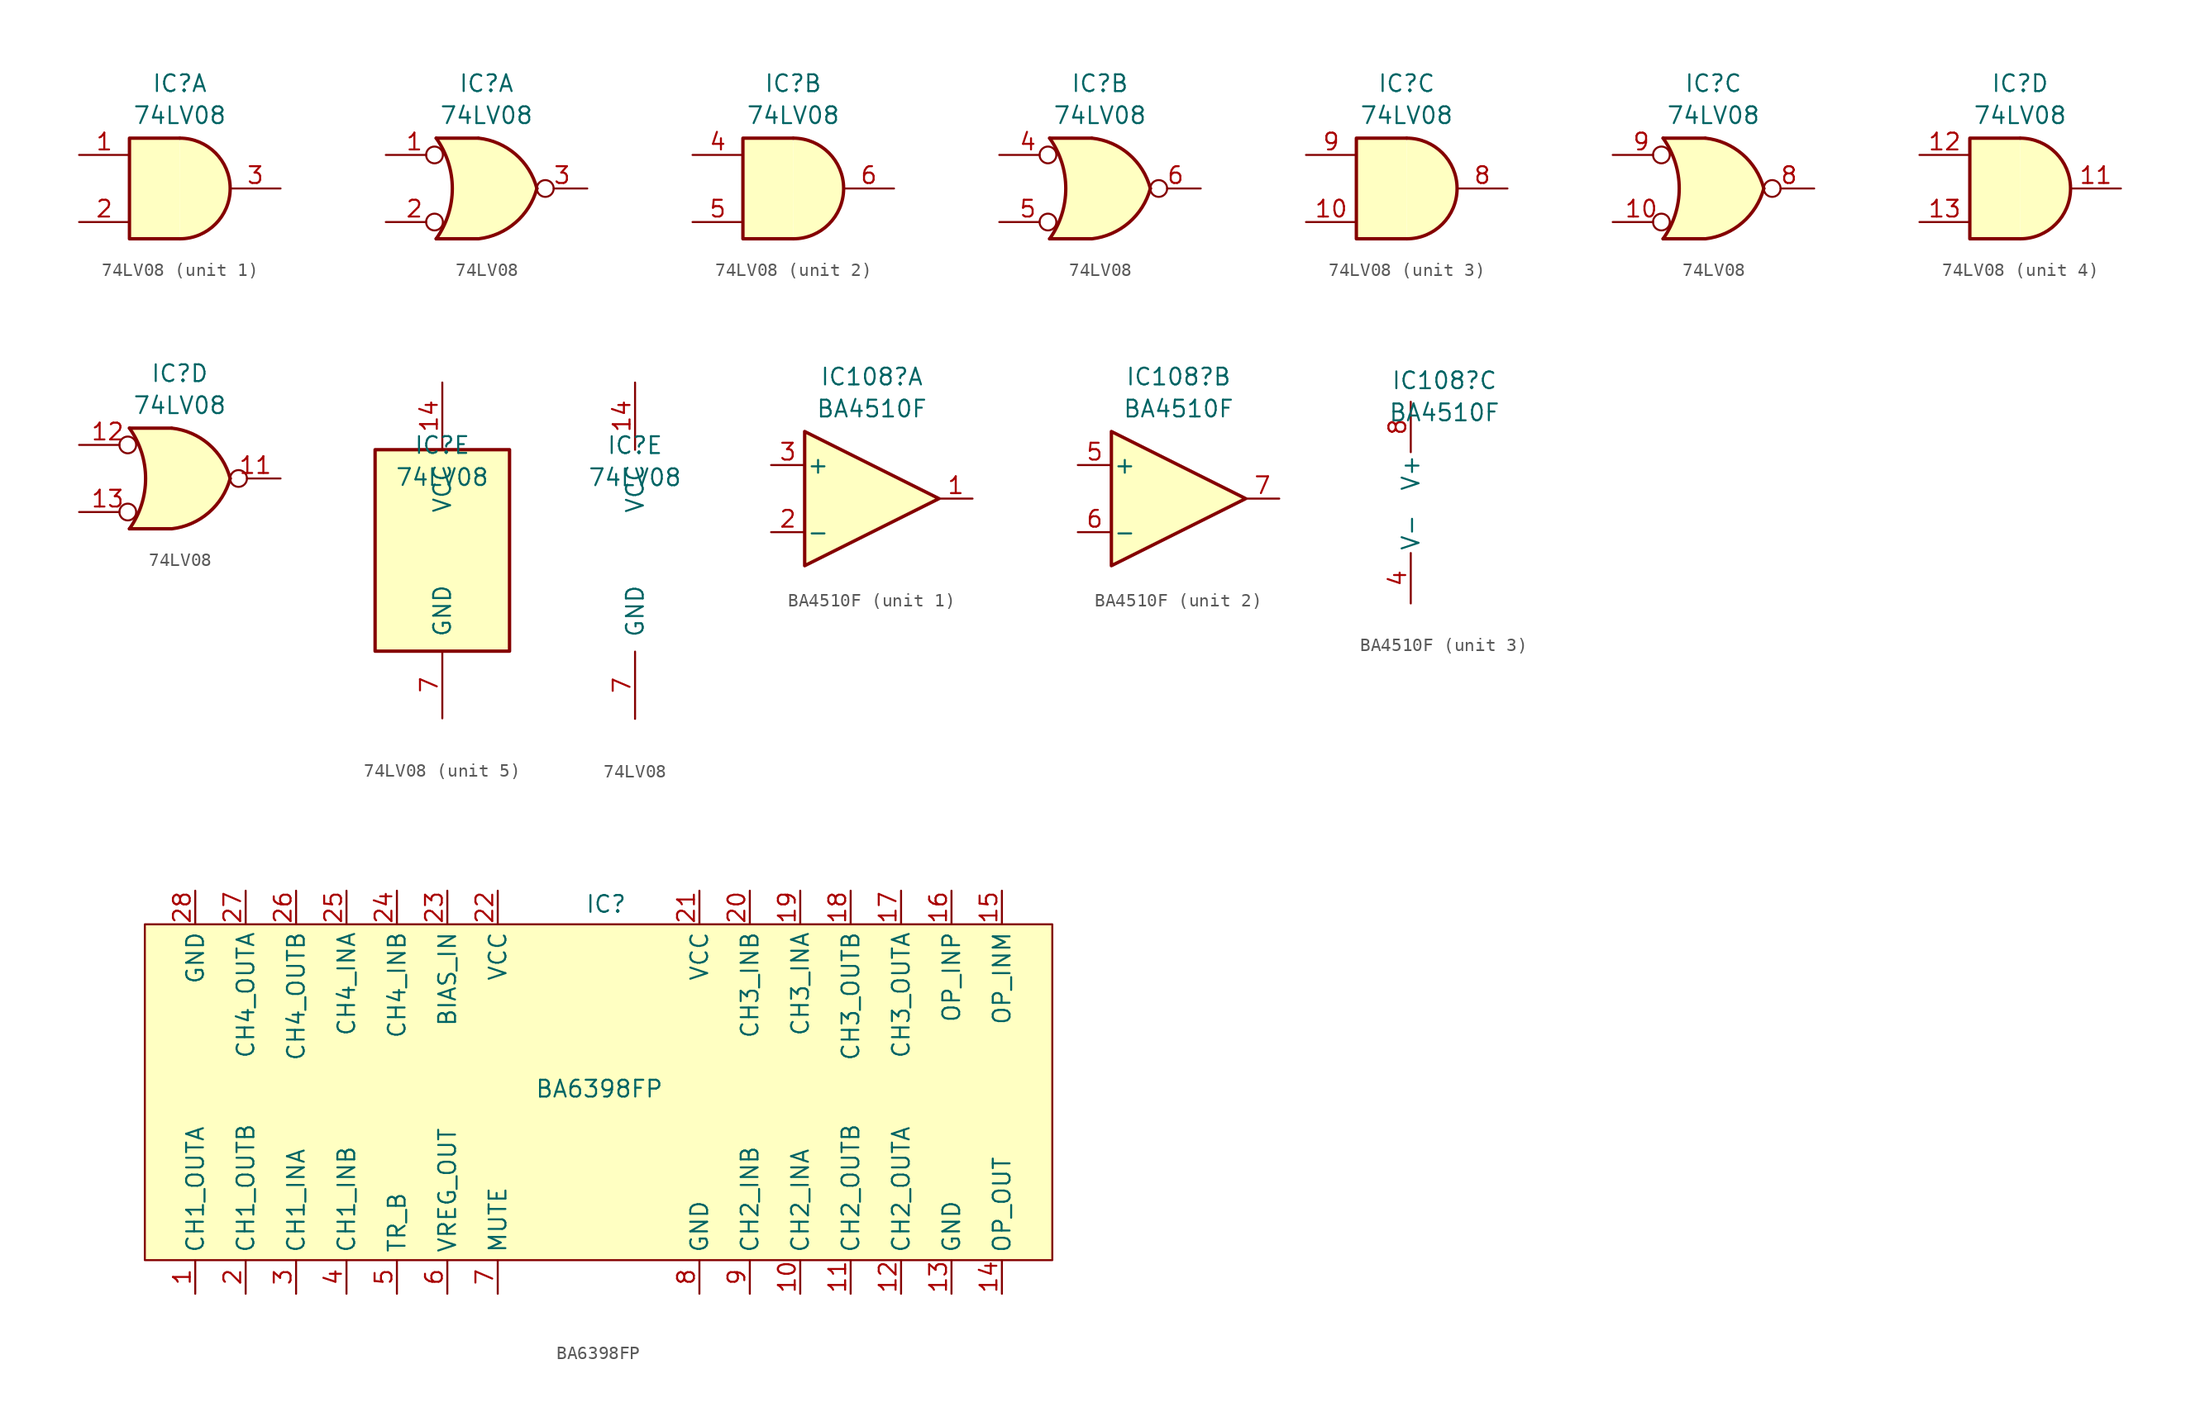
<source format=kicad_sym>
(kicad_symbol_lib
  (version 20231120)
  (generator "kicad_symbol_editor")
  (generator_version "8.0")
  (symbol "74LV08"
    (pin_names
      (offset 1.016))
    (property "Reference" "IC"
      (at -0.008 7.955 0)
      (effects (font (size 1.27 1.27))))
    (property "Value" "74LV08"
      (at -0.008 5.53 0)
      (effects (font (size 1.27 1.27))))
    (property "ki_locked" ""
      (at 0 0 0)
      (effects (font (size 1.27 1.27))))
    (symbol "74LV08_1_1"
      (arc (start 0 -3.81) (mid 3.7934 0) (end 0 3.81) (stroke (width 0.254) (type default)) (fill (type background)))
      (polyline (pts (xy 0 3.81) (xy -3.81 3.81) (xy -3.81 -3.81) (xy 0 -3.81)) (stroke (width 0.254) (type default)) (fill (type background)))
      (pin input line (at -7.62 2.54 0) (length 3.81) (name "~" (effects (font (size 1.27 1.27)))) (number "1" (effects (font (size 1.27 1.27)))))
      (pin input line (at -7.62 -2.54 0) (length 3.81) (name "~" (effects (font (size 1.27 1.27)))) (number "2" (effects (font (size 1.27 1.27)))))
      (pin output line (at 7.62 0 180) (length 3.81) (name "~" (effects (font (size 1.27 1.27)))) (number "3" (effects (font (size 1.27 1.27))))))
    (symbol "74LV08_1_2"
      (arc (start -3.81 -3.81) (mid -2.589 0) (end -3.81 3.81) (stroke (width 0.254) (type default)) (fill (type none)))
      (arc (start -0.6096 -3.81) (mid 2.1842 -2.5851) (end 3.81 0) (stroke (width 0.254) (type default)) (fill (type background)))
      (polyline (pts (xy -3.81 -3.81) (xy -0.635 -3.81)) (stroke (width 0.254) (type default)) (fill (type background)))
      (polyline (pts (xy -3.81 3.81) (xy -0.635 3.81)) (stroke (width 0.254) (type default)) (fill (type background)))
      (polyline (pts (xy -0.635 3.81) (xy -3.81 3.81) (xy -3.81 3.81) (xy -3.556 3.404) (xy -3.023 2.261) (xy -2.692 1.041) (xy -2.616 -0.254) (xy -2.769 -1.499) (xy -3.175 -2.718) (xy -3.81 -3.81) (xy -3.81 -3.81) (xy -0.635 -3.81)) (stroke (width -25.4) (type default)) (fill (type background)))
      (arc (start 3.81 0) (mid 2.1915 2.5936) (end -0.6096 3.81) (stroke (width 0.254) (type default)) (fill (type background)))
      (pin input inverted (at -7.62 2.54 0) (length 4.318) (name "~" (effects (font (size 1.27 1.27)))) (number "1" (effects (font (size 1.27 1.27)))))
      (pin input inverted (at -7.62 -2.54 0) (length 4.318) (name "~" (effects (font (size 1.27 1.27)))) (number "2" (effects (font (size 1.27 1.27)))))
      (pin output inverted (at 7.62 0 180) (length 3.81) (name "~" (effects (font (size 1.27 1.27)))) (number "3" (effects (font (size 1.27 1.27))))))
    (symbol "74LV08_2_1"
      (arc (start 0 -3.81) (mid 3.7934 0) (end 0 3.81) (stroke (width 0.254) (type default)) (fill (type background)))
      (polyline (pts (xy 0 3.81) (xy -3.81 3.81) (xy -3.81 -3.81) (xy 0 -3.81)) (stroke (width 0.254) (type default)) (fill (type background)))
      (pin input line (at -7.62 2.54 0) (length 3.81) (name "~" (effects (font (size 1.27 1.27)))) (number "4" (effects (font (size 1.27 1.27)))))
      (pin input line (at -7.62 -2.54 0) (length 3.81) (name "~" (effects (font (size 1.27 1.27)))) (number "5" (effects (font (size 1.27 1.27)))))
      (pin output line (at 7.62 0 180) (length 3.81) (name "~" (effects (font (size 1.27 1.27)))) (number "6" (effects (font (size 1.27 1.27))))))
    (symbol "74LV08_2_2"
      (arc (start -3.81 -3.81) (mid -2.589 0) (end -3.81 3.81) (stroke (width 0.254) (type default)) (fill (type none)))
      (arc (start -0.6096 -3.81) (mid 2.1842 -2.5851) (end 3.81 0) (stroke (width 0.254) (type default)) (fill (type background)))
      (polyline (pts (xy -3.81 -3.81) (xy -0.635 -3.81)) (stroke (width 0.254) (type default)) (fill (type background)))
      (polyline (pts (xy -3.81 3.81) (xy -0.635 3.81)) (stroke (width 0.254) (type default)) (fill (type background)))
      (polyline (pts (xy -0.635 3.81) (xy -3.81 3.81) (xy -3.81 3.81) (xy -3.556 3.404) (xy -3.023 2.261) (xy -2.692 1.041) (xy -2.616 -0.254) (xy -2.769 -1.499) (xy -3.175 -2.718) (xy -3.81 -3.81) (xy -3.81 -3.81) (xy -0.635 -3.81)) (stroke (width -25.4) (type default)) (fill (type background)))
      (arc (start 3.81 0) (mid 2.1915 2.5936) (end -0.6096 3.81) (stroke (width 0.254) (type default)) (fill (type background)))
      (pin input inverted (at -7.62 2.54 0) (length 4.318) (name "~" (effects (font (size 1.27 1.27)))) (number "4" (effects (font (size 1.27 1.27)))))
      (pin input inverted (at -7.62 -2.54 0) (length 4.318) (name "~" (effects (font (size 1.27 1.27)))) (number "5" (effects (font (size 1.27 1.27)))))
      (pin output inverted (at 7.62 0 180) (length 3.81) (name "~" (effects (font (size 1.27 1.27)))) (number "6" (effects (font (size 1.27 1.27))))))
    (symbol "74LV08_3_1"
      (arc (start 0 -3.81) (mid 3.7934 0) (end 0 3.81) (stroke (width 0.254) (type default)) (fill (type background)))
      (polyline (pts (xy 0 3.81) (xy -3.81 3.81) (xy -3.81 -3.81) (xy 0 -3.81)) (stroke (width 0.254) (type default)) (fill (type background)))
      (pin input line (at -7.62 -2.54 0) (length 3.81) (name "~" (effects (font (size 1.27 1.27)))) (number "10" (effects (font (size 1.27 1.27)))))
      (pin output line (at 7.62 0 180) (length 3.81) (name "~" (effects (font (size 1.27 1.27)))) (number "8" (effects (font (size 1.27 1.27)))))
      (pin input line (at -7.62 2.54 0) (length 3.81) (name "~" (effects (font (size 1.27 1.27)))) (number "9" (effects (font (size 1.27 1.27))))))
    (symbol "74LV08_3_2"
      (arc (start -3.81 -3.81) (mid -2.589 0) (end -3.81 3.81) (stroke (width 0.254) (type default)) (fill (type none)))
      (arc (start -0.6096 -3.81) (mid 2.1842 -2.5851) (end 3.81 0) (stroke (width 0.254) (type default)) (fill (type background)))
      (polyline (pts (xy -3.81 -3.81) (xy -0.635 -3.81)) (stroke (width 0.254) (type default)) (fill (type background)))
      (polyline (pts (xy -3.81 3.81) (xy -0.635 3.81)) (stroke (width 0.254) (type default)) (fill (type background)))
      (polyline (pts (xy -0.635 3.81) (xy -3.81 3.81) (xy -3.81 3.81) (xy -3.556 3.404) (xy -3.023 2.261) (xy -2.692 1.041) (xy -2.616 -0.254) (xy -2.769 -1.499) (xy -3.175 -2.718) (xy -3.81 -3.81) (xy -3.81 -3.81) (xy -0.635 -3.81)) (stroke (width -25.4) (type default)) (fill (type background)))
      (arc (start 3.81 0) (mid 2.1915 2.5936) (end -0.6096 3.81) (stroke (width 0.254) (type default)) (fill (type background)))
      (pin input inverted (at -7.62 -2.54 0) (length 4.318) (name "~" (effects (font (size 1.27 1.27)))) (number "10" (effects (font (size 1.27 1.27)))))
      (pin output inverted (at 7.62 0 180) (length 3.81) (name "~" (effects (font (size 1.27 1.27)))) (number "8" (effects (font (size 1.27 1.27)))))
      (pin input inverted (at -7.62 2.54 0) (length 4.318) (name "~" (effects (font (size 1.27 1.27)))) (number "9" (effects (font (size 1.27 1.27))))))
    (symbol "74LV08_4_1"
      (arc (start 0 -3.81) (mid 3.7934 0) (end 0 3.81) (stroke (width 0.254) (type default)) (fill (type background)))
      (polyline (pts (xy 0 3.81) (xy -3.81 3.81) (xy -3.81 -3.81) (xy 0 -3.81)) (stroke (width 0.254) (type default)) (fill (type background)))
      (pin output line (at 7.62 0 180) (length 3.81) (name "~" (effects (font (size 1.27 1.27)))) (number "11" (effects (font (size 1.27 1.27)))))
      (pin input line (at -7.62 2.54 0) (length 3.81) (name "~" (effects (font (size 1.27 1.27)))) (number "12" (effects (font (size 1.27 1.27)))))
      (pin input line (at -7.62 -2.54 0) (length 3.81) (name "~" (effects (font (size 1.27 1.27)))) (number "13" (effects (font (size 1.27 1.27))))))
    (symbol "74LV08_4_2"
      (arc (start -3.81 -3.81) (mid -2.589 0) (end -3.81 3.81) (stroke (width 0.254) (type default)) (fill (type none)))
      (arc (start -0.6096 -3.81) (mid 2.1842 -2.5851) (end 3.81 0) (stroke (width 0.254) (type default)) (fill (type background)))
      (polyline (pts (xy -3.81 -3.81) (xy -0.635 -3.81)) (stroke (width 0.254) (type default)) (fill (type background)))
      (polyline (pts (xy -3.81 3.81) (xy -0.635 3.81)) (stroke (width 0.254) (type default)) (fill (type background)))
      (polyline (pts (xy -0.635 3.81) (xy -3.81 3.81) (xy -3.81 3.81) (xy -3.556 3.404) (xy -3.023 2.261) (xy -2.692 1.041) (xy -2.616 -0.254) (xy -2.769 -1.499) (xy -3.175 -2.718) (xy -3.81 -3.81) (xy -3.81 -3.81) (xy -0.635 -3.81)) (stroke (width -25.4) (type default)) (fill (type background)))
      (arc (start 3.81 0) (mid 2.1915 2.5936) (end -0.6096 3.81) (stroke (width 0.254) (type default)) (fill (type background)))
      (pin output inverted (at 7.62 0 180) (length 3.81) (name "~" (effects (font (size 1.27 1.27)))) (number "11" (effects (font (size 1.27 1.27)))))
      (pin input inverted (at -7.62 2.54 0) (length 4.318) (name "~" (effects (font (size 1.27 1.27)))) (number "12" (effects (font (size 1.27 1.27)))))
      (pin input inverted (at -7.62 -2.54 0) (length 4.318) (name "~" (effects (font (size 1.27 1.27)))) (number "13" (effects (font (size 1.27 1.27))))))
    (symbol "74LV08_5_0"
      (pin power_in line (at 0 12.7 270) (length 5.08) (name "VCC" (effects (font (size 1.27 1.27)))) (number "14" (effects (font (size 1.27 1.27)))))
      (pin power_in line (at 0 -12.7 90) (length 5.08) (name "GND" (effects (font (size 1.27 1.27)))) (number "7" (effects (font (size 1.27 1.27))))))
    (symbol "74LV08_5_1"
      (rectangle (start -5.08 7.62) (end 5.08 -7.62) (stroke (width 0.254) (type default)) (fill (type background)))))
  (symbol "BA4510F"
    (pin_names
      (offset 0.127))
    (property "Reference" "IC108"
      (at 0 9.224 0)
      (effects (font (size 1.27 1.27))))
    (property "Value" "BA4510F"
      (at 0 6.8 0)
      (effects (font (size 1.27 1.27))))
    (property "ki_locked" ""
      (at 0 0 0)
      (effects (font (size 1.27 1.27))))
    (symbol "BA4510F_1_1"
      (polyline (pts (xy -5.08 5.08) (xy 5.08 0) (xy -5.08 -5.08) (xy -5.08 5.08)) (stroke (width 0.254) (type default)) (fill (type background)))
      (pin output line (at 7.62 0 180) (length 2.54) (name "~" (effects (font (size 1.27 1.27)))) (number "1" (effects (font (size 1.27 1.27)))))
      (pin input line (at -7.62 -2.54 0) (length 2.54) (name "-" (effects (font (size 1.27 1.27)))) (number "2" (effects (font (size 1.27 1.27)))))
      (pin input line (at -7.62 2.54 0) (length 2.54) (name "+" (effects (font (size 1.27 1.27)))) (number "3" (effects (font (size 1.27 1.27))))))
    (symbol "BA4510F_2_1"
      (polyline (pts (xy -5.08 5.08) (xy 5.08 0) (xy -5.08 -5.08) (xy -5.08 5.08)) (stroke (width 0.254) (type default)) (fill (type background)))
      (pin input line (at -7.62 2.54 0) (length 2.54) (name "+" (effects (font (size 1.27 1.27)))) (number "5" (effects (font (size 1.27 1.27)))))
      (pin input line (at -7.62 -2.54 0) (length 2.54) (name "-" (effects (font (size 1.27 1.27)))) (number "6" (effects (font (size 1.27 1.27)))))
      (pin output line (at 7.62 0 180) (length 2.54) (name "~" (effects (font (size 1.27 1.27)))) (number "7" (effects (font (size 1.27 1.27))))))
    (symbol "BA4510F_3_1"
      (pin power_in line (at -2.54 -7.62 90) (length 3.81) (name "V-" (effects (font (size 1.27 1.27)))) (number "4" (effects (font (size 1.27 1.27)))))
      (pin power_in line (at -2.54 7.62 270) (length 3.81) (name "V+" (effects (font (size 1.27 1.27)))) (number "8" (effects (font (size 1.27 1.27)))))))
  (symbol "BA6398FP"
    (property "Reference" "IC"
      (at -1.016 14.224 0)
      (effects (font (size 1.27 1.27)) (justify left)))
    (property "Value" "BA6398FP"
      (at -4.826 0.254 0)
      (effects (font (size 1.27 1.27)) (justify left)))
    (symbol "BA6398FP_0_0"
      (rectangle (start -34.29 12.7) (end 34.29 -12.7) (stroke (width 0.152) (type default)) (fill (type background))))
    (symbol "BA6398FP_1_1"
      (pin output line (at -30.48 -15.24 90) (length 2.54) (name "CH1_OUTA" (effects (font (size 1.27 1.27)))) (number "1" (effects (font (size 1.27 1.27)))))
      (pin input line (at 15.24 -15.24 90) (length 2.54) (name "CH2_INA" (effects (font (size 1.27 1.27)))) (number "10" (effects (font (size 1.27 1.27)))))
      (pin output line (at 19.05 -15.24 90) (length 2.54) (name "CH2_OUTB" (effects (font (size 1.27 1.27)))) (number "11" (effects (font (size 1.27 1.27)))))
      (pin output line (at 22.86 -15.24 90) (length 2.54) (name "CH2_OUTA" (effects (font (size 1.27 1.27)))) (number "12" (effects (font (size 1.27 1.27)))))
      (pin power_in line (at 26.67 -15.24 90) (length 2.54) (name "GND" (effects (font (size 1.27 1.27)))) (number "13" (effects (font (size 1.27 1.27)))))
      (pin output line (at 30.48 -15.24 90) (length 2.54) (name "OP_OUT" (effects (font (size 1.27 1.27)))) (number "14" (effects (font (size 1.27 1.27)))))
      (pin input line (at 30.48 15.24 270) (length 2.54) (name "OP_INM" (effects (font (size 1.27 1.27)))) (number "15" (effects (font (size 1.27 1.27)))))
      (pin input line (at 26.67 15.24 270) (length 2.54) (name "OP_INP" (effects (font (size 1.27 1.27)))) (number "16" (effects (font (size 1.27 1.27)))))
      (pin output line (at 22.86 15.24 270) (length 2.54) (name "CH3_OUTA" (effects (font (size 1.27 1.27)))) (number "17" (effects (font (size 1.27 1.27)))))
      (pin output line (at 19.05 15.24 270) (length 2.54) (name "CH3_OUTB" (effects (font (size 1.27 1.27)))) (number "18" (effects (font (size 1.27 1.27)))))
      (pin input line (at 15.24 15.24 270) (length 2.54) (name "CH3_INA" (effects (font (size 1.27 1.27)))) (number "19" (effects (font (size 1.27 1.27)))))
      (pin output line (at -26.67 -15.24 90) (length 2.54) (name "CH1_OUTB" (effects (font (size 1.27 1.27)))) (number "2" (effects (font (size 1.27 1.27)))))
      (pin input line (at 11.43 15.24 270) (length 2.54) (name "CH3_INB" (effects (font (size 1.27 1.27)))) (number "20" (effects (font (size 1.27 1.27)))))
      (pin power_in line (at 7.62 15.24 270) (length 2.54) (name "VCC" (effects (font (size 1.27 1.27)))) (number "21" (effects (font (size 1.27 1.27)))))
      (pin power_in line (at -7.62 15.24 270) (length 2.54) (name "VCC" (effects (font (size 1.27 1.27)))) (number "22" (effects (font (size 1.27 1.27)))))
      (pin input line (at -11.43 15.24 270) (length 2.54) (name "BIAS_IN" (effects (font (size 1.27 1.27)))) (number "23" (effects (font (size 1.27 1.27)))))
      (pin input line (at -15.24 15.24 270) (length 2.54) (name "CH4_INB" (effects (font (size 1.27 1.27)))) (number "24" (effects (font (size 1.27 1.27)))))
      (pin input line (at -19.05 15.24 270) (length 2.54) (name "CH4_INA" (effects (font (size 1.27 1.27)))) (number "25" (effects (font (size 1.27 1.27)))))
      (pin input line (at -22.86 15.24 270) (length 2.54) (name "CH4_OUTB" (effects (font (size 1.27 1.27)))) (number "26" (effects (font (size 1.27 1.27)))))
      (pin input line (at -26.67 15.24 270) (length 2.54) (name "CH4_OUTA" (effects (font (size 1.27 1.27)))) (number "27" (effects (font (size 1.27 1.27)))))
      (pin power_in line (at -30.48 15.24 270) (length 2.54) (name "GND" (effects (font (size 1.27 1.27)))) (number "28" (effects (font (size 1.27 1.27)))))
      (pin input line (at -22.86 -15.24 90) (length 2.54) (name "CH1_INA" (effects (font (size 1.27 1.27)))) (number "3" (effects (font (size 1.27 1.27)))))
      (pin input line (at -19.05 -15.24 90) (length 2.54) (name "CH1_INB" (effects (font (size 1.27 1.27)))) (number "4" (effects (font (size 1.27 1.27)))))
      (pin output line (at -15.24 -15.24 90) (length 2.54) (name "TR_B" (effects (font (size 1.27 1.27)))) (number "5" (effects (font (size 1.27 1.27)))))
      (pin passive line (at -11.43 -15.24 90) (length 2.54) (name "VREG_OUT" (effects (font (size 1.27 1.27)))) (number "6" (effects (font (size 1.27 1.27)))))
      (pin input line (at -7.62 -15.24 90) (length 2.54) (name "MUTE" (effects (font (size 1.27 1.27)))) (number "7" (effects (font (size 1.27 1.27)))))
      (pin power_in line (at 7.62 -15.24 90) (length 2.54) (name "GND" (effects (font (size 1.27 1.27)))) (number "8" (effects (font (size 1.27 1.27)))))
      (pin input line (at 11.43 -15.24 90) (length 2.54) (name "CH2_INB" (effects (font (size 1.27 1.27)))) (number "9" (effects (font (size 1.27 1.27))))))))
</source>
